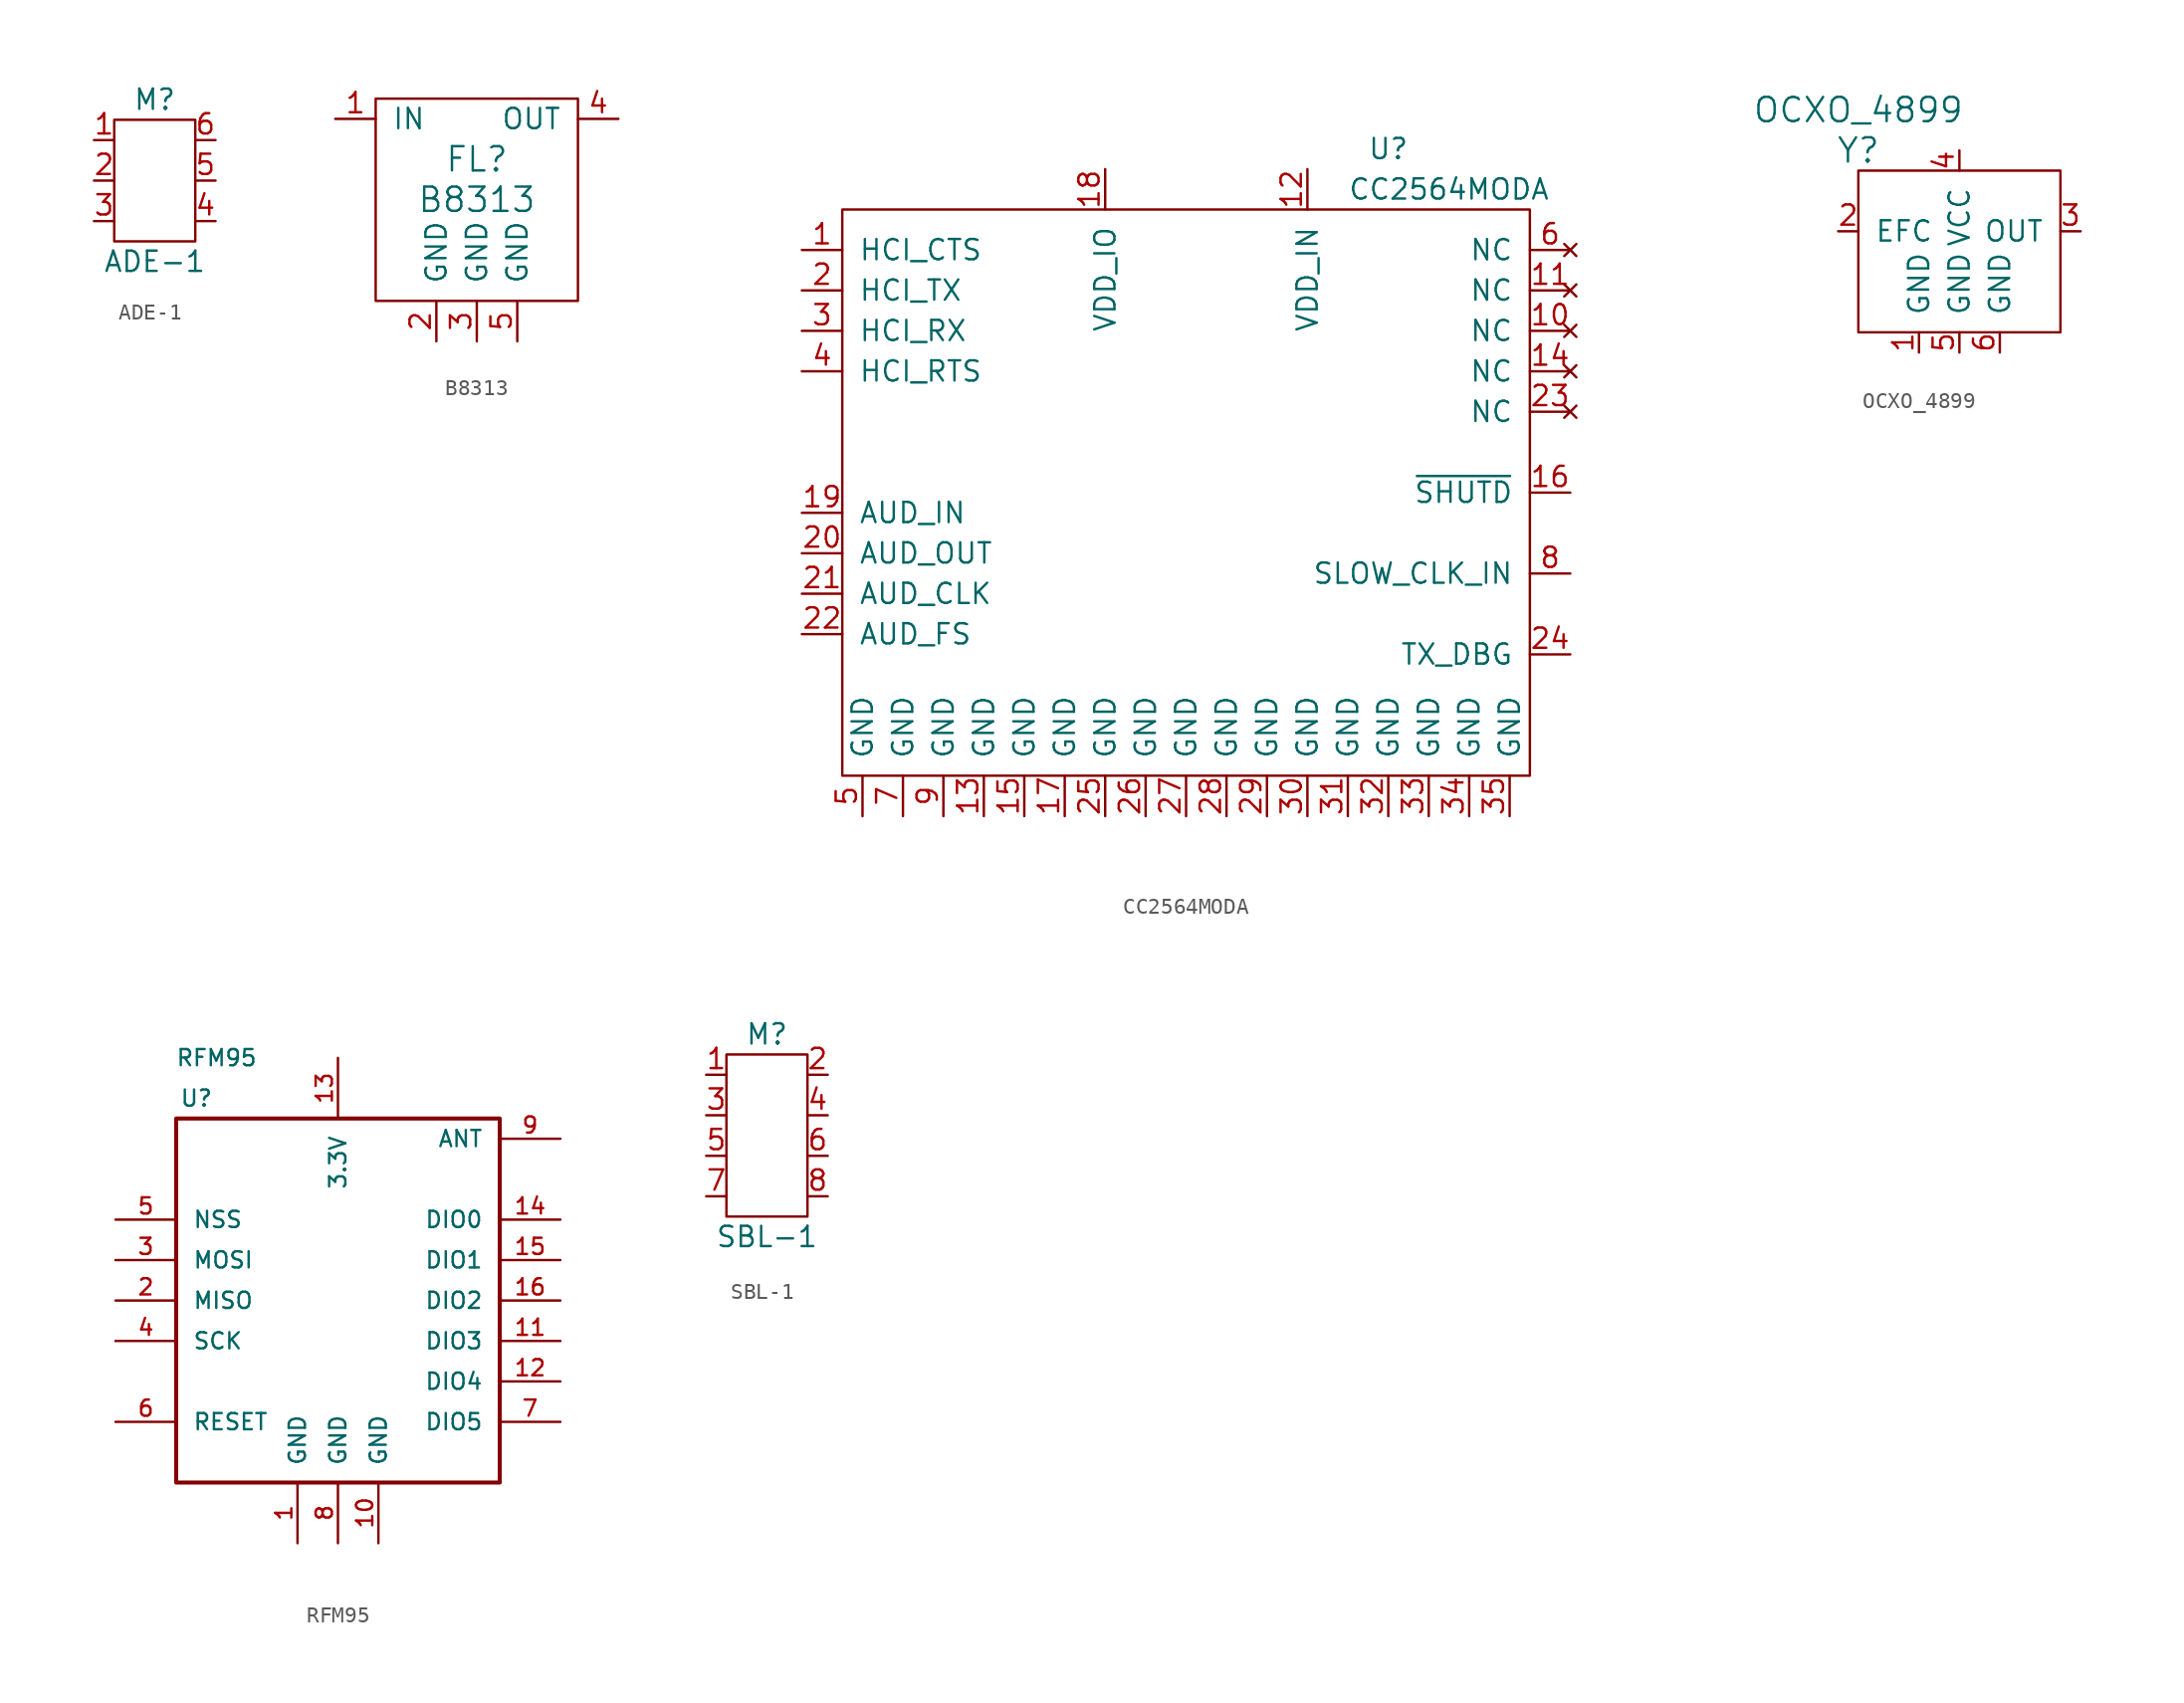
<source format=kicad_sym>
(kicad_symbol_lib
  (version 20211014)
  (generator kicad_symbol_editor)
  (symbol "ADE-1"
    (pin_names
      (offset 1.016) hide)
    (property "Reference" "M"
      (at 0 5.08 0)
      (effects (font (size 1.27 1.27))))
    (property "Value" "ADE-1"
      (at 0 -5.08 0)
      (effects (font (size 1.27 1.27))))
    (property "Footprint" ""
      (at -4.572 -2.794 0)
      (effects (font (size 1.27 1.27))))
    (property "Datasheet" ""
      (at -4.572 -2.794 0)
      (effects (font (size 1.27 1.27))))
    (symbol "ADE-1_0_1"
      (rectangle (start -2.54 3.81) (end 2.54 -3.81) (stroke (width 0) (type default) (color 0 0 0 0)) (fill (type none))))
    (symbol "ADE-1_1_1"
      (pin passive line (at -3.81 2.54 0) (length 1.27) (name "GND_1" (effects (font (size 1.27 1.27)))) (number "1" (effects (font (size 1.27 1.27)))))
      (pin passive line (at -3.81 0 0) (length 1.27) (name "IF" (effects (font (size 1.27 1.27)))) (number "2" (effects (font (size 1.27 1.27)))))
      (pin passive line (at -3.81 -2.54 0) (length 1.27) (name "RF" (effects (font (size 1.27 1.27)))) (number "3" (effects (font (size 1.27 1.27)))))
      (pin passive line (at 3.81 -2.54 180) (length 1.27) (name "GND_4" (effects (font (size 1.27 1.27)))) (number "4" (effects (font (size 1.27 1.27)))))
      (pin passive line (at 3.81 0 180) (length 1.27) (name "GND_5" (effects (font (size 1.27 1.27)))) (number "5" (effects (font (size 1.27 1.27)))))
      (pin passive line (at 3.81 2.54 180) (length 1.27) (name "LO" (effects (font (size 1.27 1.27)))) (number "6" (effects (font (size 1.27 1.27)))))))
  (symbol "B8313"
    (pin_names
      (offset 1.016))
    (property "Reference" "FL"
      (at 0 1.27 0)
      (effects (font (size 1.524 1.524))))
    (property "Value" "B8313"
      (at 0 -1.27 0)
      (effects (font (size 1.524 1.524))))
    (symbol "B8313_0_1"
      (rectangle (start -6.35 5.08) (end 6.35 -7.62) (stroke (width 0) (type default) (color 0 0 0 0)) (fill (type none))))
    (symbol "B8313_1_1"
      (pin input line (at -8.89 3.81 0) (length 2.54) (name "IN" (effects (font (size 1.27 1.27)))) (number "1" (effects (font (size 1.27 1.27)))))
      (pin input line (at -2.54 -10.16 90) (length 2.54) (name "GND" (effects (font (size 1.27 1.27)))) (number "2" (effects (font (size 1.27 1.27)))))
      (pin input line (at 0 -10.16 90) (length 2.54) (name "GND" (effects (font (size 1.27 1.27)))) (number "3" (effects (font (size 1.27 1.27)))))
      (pin input line (at 8.89 3.81 180) (length 2.54) (name "OUT" (effects (font (size 1.27 1.27)))) (number "4" (effects (font (size 1.27 1.27)))))
      (pin input line (at 2.54 -10.16 90) (length 2.54) (name "GND" (effects (font (size 1.27 1.27)))) (number "5" (effects (font (size 1.27 1.27)))))))
  (symbol "CC2564MODA"
    (pin_names
      (offset 1.016))
    (property "Reference" "U"
      (at 11.43 20.32 0)
      (effects (font (size 1.27 1.27))))
    (property "Value" "CC2564MODA"
      (at 15.24 17.78 0)
      (effects (font (size 1.27 1.27))))
    (symbol "CC2564MODA_0_1"
      (rectangle (start -22.86 16.51) (end 20.32 -19.05) (stroke (width 0) (type default) (color 0 0 0 0)) (fill (type none))))
    (symbol "CC2564MODA_1_1"
      (pin output line (at -25.4 13.97 0) (length 2.54) (name "HCI_CTS" (effects (font (size 1.27 1.27)))) (number "1" (effects (font (size 1.27 1.27)))))
      (pin no_connect line (at 22.86 8.89 180) (length 2.54) (name "NC" (effects (font (size 1.27 1.27)))) (number "10" (effects (font (size 1.27 1.27)))))
      (pin no_connect line (at 22.86 11.43 180) (length 2.54) (name "NC" (effects (font (size 1.27 1.27)))) (number "11" (effects (font (size 1.27 1.27)))))
      (pin power_in line (at 6.35 19.05 270) (length 2.54) (name "VDD_IN" (effects (font (size 1.27 1.27)))) (number "12" (effects (font (size 1.27 1.27)))))
      (pin power_in line (at -13.97 -21.59 90) (length 2.54) (name "GND" (effects (font (size 1.27 1.27)))) (number "13" (effects (font (size 1.27 1.27)))))
      (pin no_connect line (at 22.86 6.35 180) (length 2.54) (name "NC" (effects (font (size 1.27 1.27)))) (number "14" (effects (font (size 1.27 1.27)))))
      (pin power_in line (at -11.43 -21.59 90) (length 2.54) (name "GND" (effects (font (size 1.27 1.27)))) (number "15" (effects (font (size 1.27 1.27)))))
      (pin input line (at 22.86 -1.27 180) (length 2.54) (name "~{SHUTD}" (effects (font (size 1.27 1.27)))) (number "16" (effects (font (size 1.27 1.27)))))
      (pin power_in line (at -8.89 -21.59 90) (length 2.54) (name "GND" (effects (font (size 1.27 1.27)))) (number "17" (effects (font (size 1.27 1.27)))))
      (pin power_in line (at -6.35 19.05 270) (length 2.54) (name "VDD_IO" (effects (font (size 1.27 1.27)))) (number "18" (effects (font (size 1.27 1.27)))))
      (pin input line (at -25.4 -2.54 0) (length 2.54) (name "AUD_IN" (effects (font (size 1.27 1.27)))) (number "19" (effects (font (size 1.27 1.27)))))
      (pin output line (at -25.4 11.43 0) (length 2.54) (name "HCI_TX" (effects (font (size 1.27 1.27)))) (number "2" (effects (font (size 1.27 1.27)))))
      (pin input line (at -25.4 -5.08 0) (length 2.54) (name "AUD_OUT" (effects (font (size 1.27 1.27)))) (number "20" (effects (font (size 1.27 1.27)))))
      (pin input line (at -25.4 -7.62 0) (length 2.54) (name "AUD_CLK" (effects (font (size 1.27 1.27)))) (number "21" (effects (font (size 1.27 1.27)))))
      (pin input line (at -25.4 -10.16 0) (length 2.54) (name "AUD_FS" (effects (font (size 1.27 1.27)))) (number "22" (effects (font (size 1.27 1.27)))))
      (pin no_connect line (at 22.86 3.81 180) (length 2.54) (name "NC" (effects (font (size 1.27 1.27)))) (number "23" (effects (font (size 1.27 1.27)))))
      (pin output line (at 22.86 -11.43 180) (length 2.54) (name "TX_DBG" (effects (font (size 1.27 1.27)))) (number "24" (effects (font (size 1.27 1.27)))))
      (pin power_in line (at -6.35 -21.59 90) (length 2.54) (name "GND" (effects (font (size 1.27 1.27)))) (number "25" (effects (font (size 1.27 1.27)))))
      (pin power_in line (at -3.81 -21.59 90) (length 2.54) (name "GND" (effects (font (size 1.27 1.27)))) (number "26" (effects (font (size 1.27 1.27)))))
      (pin power_in line (at -1.27 -21.59 90) (length 2.54) (name "GND" (effects (font (size 1.27 1.27)))) (number "27" (effects (font (size 1.27 1.27)))))
      (pin power_in line (at 1.27 -21.59 90) (length 2.54) (name "GND" (effects (font (size 1.27 1.27)))) (number "28" (effects (font (size 1.27 1.27)))))
      (pin power_in line (at 3.81 -21.59 90) (length 2.54) (name "GND" (effects (font (size 1.27 1.27)))) (number "29" (effects (font (size 1.27 1.27)))))
      (pin input line (at -25.4 8.89 0) (length 2.54) (name "HCI_RX" (effects (font (size 1.27 1.27)))) (number "3" (effects (font (size 1.27 1.27)))))
      (pin power_in line (at 6.35 -21.59 90) (length 2.54) (name "GND" (effects (font (size 1.27 1.27)))) (number "30" (effects (font (size 1.27 1.27)))))
      (pin power_in line (at 8.89 -21.59 90) (length 2.54) (name "GND" (effects (font (size 1.27 1.27)))) (number "31" (effects (font (size 1.27 1.27)))))
      (pin power_in line (at 11.43 -21.59 90) (length 2.54) (name "GND" (effects (font (size 1.27 1.27)))) (number "32" (effects (font (size 1.27 1.27)))))
      (pin power_in line (at 13.97 -21.59 90) (length 2.54) (name "GND" (effects (font (size 1.27 1.27)))) (number "33" (effects (font (size 1.27 1.27)))))
      (pin power_in line (at 16.51 -21.59 90) (length 2.54) (name "GND" (effects (font (size 1.27 1.27)))) (number "34" (effects (font (size 1.27 1.27)))))
      (pin power_in line (at 19.05 -21.59 90) (length 2.54) (name "GND" (effects (font (size 1.27 1.27)))) (number "35" (effects (font (size 1.27 1.27)))))
      (pin output line (at -25.4 6.35 0) (length 2.54) (name "HCI_RTS" (effects (font (size 1.27 1.27)))) (number "4" (effects (font (size 1.27 1.27)))))
      (pin power_in line (at -21.59 -21.59 90) (length 2.54) (name "GND" (effects (font (size 1.27 1.27)))) (number "5" (effects (font (size 1.27 1.27)))))
      (pin no_connect line (at 22.86 13.97 180) (length 2.54) (name "NC" (effects (font (size 1.27 1.27)))) (number "6" (effects (font (size 1.27 1.27)))))
      (pin power_in line (at -19.05 -21.59 90) (length 2.54) (name "GND" (effects (font (size 1.27 1.27)))) (number "7" (effects (font (size 1.27 1.27)))))
      (pin input line (at 22.86 -6.35 180) (length 2.54) (name "SLOW_CLK_IN" (effects (font (size 1.27 1.27)))) (number "8" (effects (font (size 1.27 1.27)))))
      (pin input line (at -16.51 -21.59 90) (length 2.54) (name "GND" (effects (font (size 1.27 1.27)))) (number "9" (effects (font (size 1.27 1.27)))))))
  (symbol "OCXO_4899"
    (pin_names
      (offset 1.016))
    (property "Reference" "Y"
      (at -6.35 6.35 0)
      (effects (font (size 1.524 1.524))))
    (property "Value" "OCXO_4899"
      (at -6.35 8.89 0)
      (effects (font (size 1.524 1.524))))
    (symbol "OCXO_4899_0_1"
      (rectangle (start -6.35 5.08) (end 6.35 -5.08) (stroke (width 0) (type default) (color 0 0 0 0)) (fill (type none))))
    (symbol "OCXO_4899_1_1"
      (pin power_in line (at -2.54 -6.35 90) (length 1.27) (name "GND" (effects (font (size 1.27 1.27)))) (number "1" (effects (font (size 1.27 1.27)))))
      (pin input line (at -7.62 1.27 0) (length 1.27) (name "EFC" (effects (font (size 1.27 1.27)))) (number "2" (effects (font (size 1.27 1.27)))))
      (pin output line (at 7.62 1.27 180) (length 1.27) (name "OUT" (effects (font (size 1.27 1.27)))) (number "3" (effects (font (size 1.27 1.27)))))
      (pin power_in line (at 0 6.35 270) (length 1.27) (name "VCC" (effects (font (size 1.27 1.27)))) (number "4" (effects (font (size 1.27 1.27)))))
      (pin power_in line (at 0 -6.35 90) (length 1.27) (name "GND" (effects (font (size 1.27 1.27)))) (number "5" (effects (font (size 1.27 1.27)))))
      (pin power_in line (at 2.54 -6.35 90) (length 1.27) (name "GND" (effects (font (size 1.27 1.27)))) (number "6" (effects (font (size 1.27 1.27)))))))
  (symbol "RFM95"
    (pin_names
      (offset 1.016))
    (property "Reference" "U"
      (at -8.89 6.35 0)
      (effects (font (size 1.016 1.016))))
    (property "Value" "RFM95"
      (at -7.62 8.89 0)
      (effects (font (size 1.016 1.016))))
    (property "Datasheet" ""
      (at 0 0 0)
      (effects (font (size 1.524 1.524))))
    (symbol "RFM95_0_1"
      (rectangle (start -10.16 5.08) (end 10.16 -17.78) (stroke (width 0.254) (type default) (color 0 0 0 0)) (fill (type none))))
    (symbol "RFM95_1_1"
      (pin power_in line (at -2.54 -21.59 90) (length 3.81) (name "GND" (effects (font (size 1.016 1.016)))) (number "1" (effects (font (size 1.016 1.016)))))
      (pin power_in line (at 2.54 -21.59 90) (length 3.81) (name "GND" (effects (font (size 1.016 1.016)))) (number "10" (effects (font (size 1.016 1.016)))))
      (pin bidirectional line (at 13.97 -8.89 180) (length 3.81) (name "DIO3" (effects (font (size 1.016 1.016)))) (number "11" (effects (font (size 1.016 1.016)))))
      (pin bidirectional line (at 13.97 -11.43 180) (length 3.81) (name "DIO4" (effects (font (size 1.016 1.016)))) (number "12" (effects (font (size 1.016 1.016)))))
      (pin power_in line (at 0 8.89 270) (length 3.81) (name "3.3V" (effects (font (size 1.016 1.016)))) (number "13" (effects (font (size 1.016 1.016)))))
      (pin bidirectional line (at 13.97 -1.27 180) (length 3.81) (name "DIO0" (effects (font (size 1.016 1.016)))) (number "14" (effects (font (size 1.016 1.016)))))
      (pin bidirectional line (at 13.97 -3.81 180) (length 3.81) (name "DIO1" (effects (font (size 1.016 1.016)))) (number "15" (effects (font (size 1.016 1.016)))))
      (pin bidirectional line (at 13.97 -6.35 180) (length 3.81) (name "DIO2" (effects (font (size 1.016 1.016)))) (number "16" (effects (font (size 1.016 1.016)))))
      (pin tri_state line (at -13.97 -6.35 0) (length 3.81) (name "MISO" (effects (font (size 1.016 1.016)))) (number "2" (effects (font (size 1.016 1.016)))))
      (pin input line (at -13.97 -3.81 0) (length 3.81) (name "MOSI" (effects (font (size 1.016 1.016)))) (number "3" (effects (font (size 1.016 1.016)))))
      (pin input line (at -13.97 -8.89 0) (length 3.81) (name "SCK" (effects (font (size 1.016 1.016)))) (number "4" (effects (font (size 1.016 1.016)))))
      (pin input line (at -13.97 -1.27 0) (length 3.81) (name "NSS" (effects (font (size 1.016 1.016)))) (number "5" (effects (font (size 1.016 1.016)))))
      (pin bidirectional line (at -13.97 -13.97 0) (length 3.81) (name "RESET" (effects (font (size 1.016 1.016)))) (number "6" (effects (font (size 1.016 1.016)))))
      (pin bidirectional line (at 13.97 -13.97 180) (length 3.81) (name "DIO5" (effects (font (size 1.016 1.016)))) (number "7" (effects (font (size 1.016 1.016)))))
      (pin power_in line (at 0 -21.59 90) (length 3.81) (name "GND" (effects (font (size 1.016 1.016)))) (number "8" (effects (font (size 1.016 1.016)))))
      (pin output line (at 13.97 3.81 180) (length 3.81) (name "ANT" (effects (font (size 1.016 1.016)))) (number "9" (effects (font (size 1.016 1.016)))))))
  (symbol "SBL-1"
    (pin_names
      (offset 1.016) hide)
    (property "Reference" "M"
      (at 0 6.35 0)
      (effects (font (size 1.27 1.27))))
    (property "Value" "SBL-1"
      (at 0 -6.35 0)
      (effects (font (size 1.27 1.27))))
    (property "Footprint" ""
      (at -4.572 -1.524 0)
      (effects (font (size 1.27 1.27))))
    (property "Datasheet" ""
      (at -4.572 -1.524 0)
      (effects (font (size 1.27 1.27))))
    (symbol "SBL-1_0_1"
      (rectangle (start -2.54 5.08) (end 2.54 -5.08) (stroke (width 0) (type default) (color 0 0 0 0)) (fill (type none))))
    (symbol "SBL-1_1_1"
      (pin passive line (at -3.81 3.81 0) (length 1.27) (name "GND_1" (effects (font (size 1.27 1.27)))) (number "1" (effects (font (size 1.27 1.27)))))
      (pin passive line (at 3.81 3.81 180) (length 1.27) (name "IF" (effects (font (size 1.27 1.27)))) (number "2" (effects (font (size 1.27 1.27)))))
      (pin passive line (at -3.81 1.27 0) (length 1.27) (name "RF" (effects (font (size 1.27 1.27)))) (number "3" (effects (font (size 1.27 1.27)))))
      (pin passive line (at 3.81 1.27 180) (length 1.27) (name "GND_4" (effects (font (size 1.27 1.27)))) (number "4" (effects (font (size 1.27 1.27)))))
      (pin passive line (at -3.81 -1.27 0) (length 1.27) (name "GND_5" (effects (font (size 1.27 1.27)))) (number "5" (effects (font (size 1.27 1.27)))))
      (pin passive line (at 3.81 -1.27 180) (length 1.27) (name "LO" (effects (font (size 1.27 1.27)))) (number "6" (effects (font (size 1.27 1.27)))))
      (pin passive line (at -3.81 -3.81 0) (length 1.27) (name "~" (effects (font (size 1.27 1.27)))) (number "7" (effects (font (size 1.27 1.27)))))
      (pin passive line (at 3.81 -3.81 180) (length 1.27) (name "~" (effects (font (size 1.27 1.27)))) (number "8" (effects (font (size 1.27 1.27))))))))
</source>
